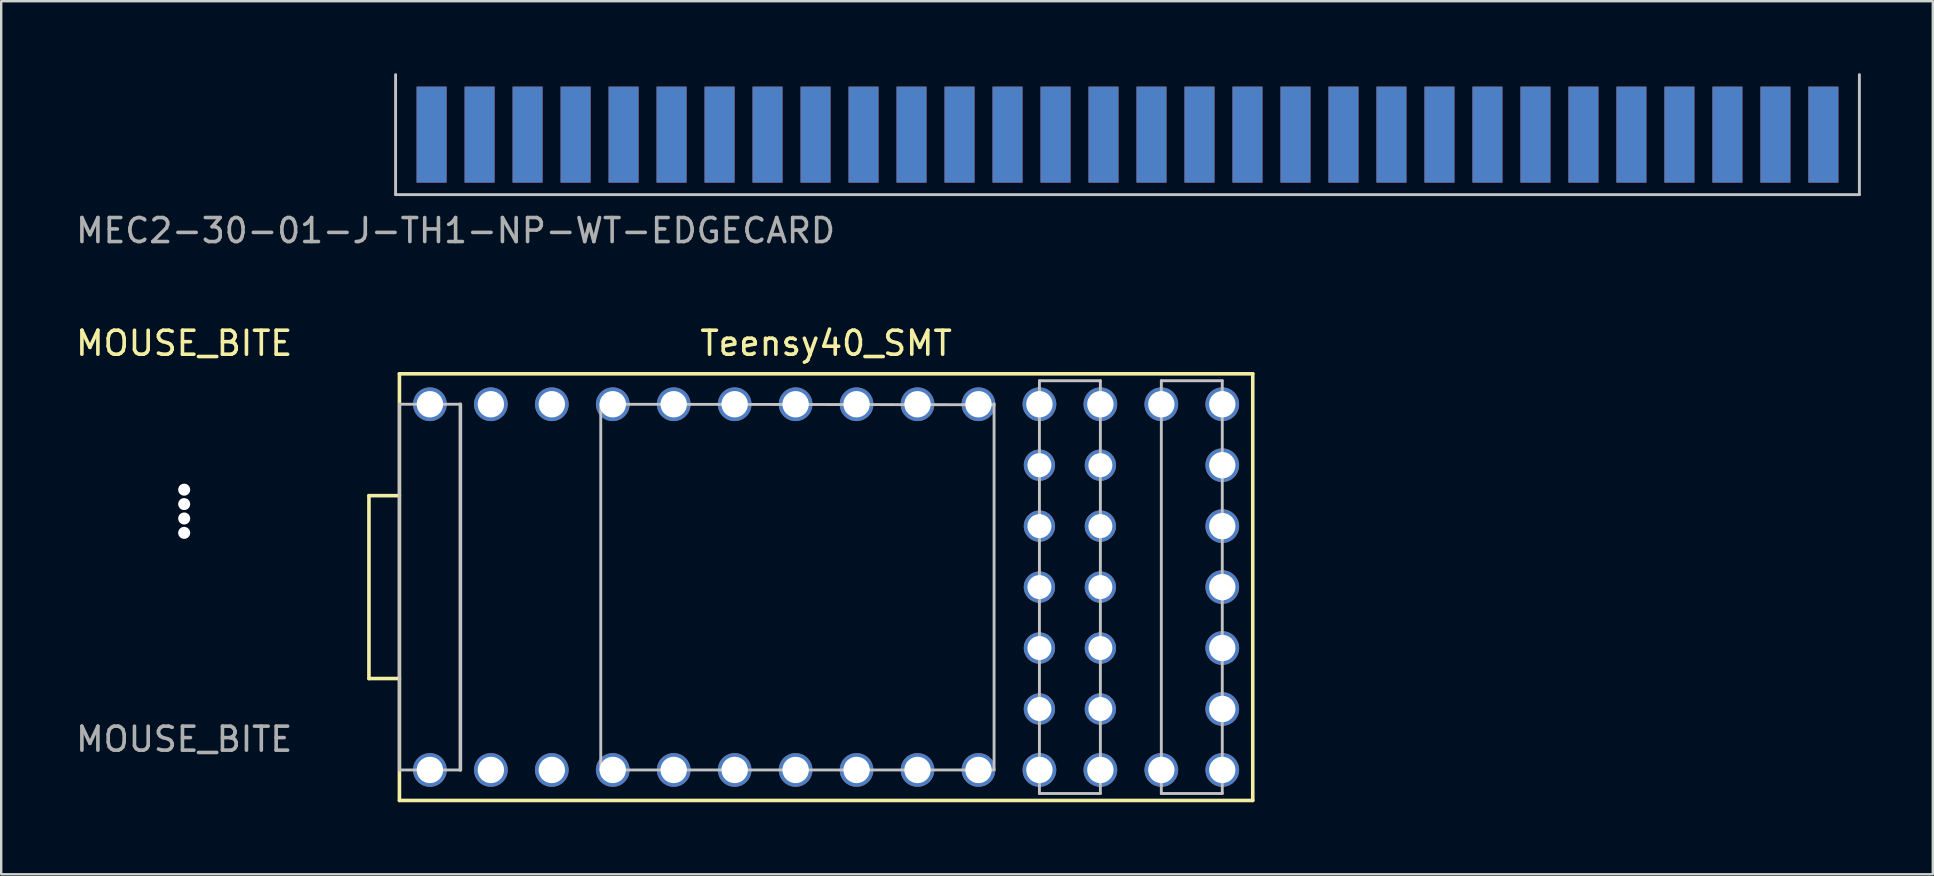
<source format=kicad_pcb>
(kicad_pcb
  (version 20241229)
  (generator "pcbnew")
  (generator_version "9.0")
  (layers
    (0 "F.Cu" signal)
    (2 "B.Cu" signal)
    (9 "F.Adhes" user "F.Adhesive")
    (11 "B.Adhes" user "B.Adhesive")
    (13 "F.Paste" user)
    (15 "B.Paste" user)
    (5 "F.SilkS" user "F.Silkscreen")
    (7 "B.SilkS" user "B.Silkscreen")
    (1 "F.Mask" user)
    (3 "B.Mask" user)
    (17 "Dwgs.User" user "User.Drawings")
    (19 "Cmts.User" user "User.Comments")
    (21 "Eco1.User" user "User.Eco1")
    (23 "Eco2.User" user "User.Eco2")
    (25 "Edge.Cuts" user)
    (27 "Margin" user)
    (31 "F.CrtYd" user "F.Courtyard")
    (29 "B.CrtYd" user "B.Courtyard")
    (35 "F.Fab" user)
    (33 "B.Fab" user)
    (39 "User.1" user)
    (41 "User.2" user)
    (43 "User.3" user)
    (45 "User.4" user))
  (footprint "Teensy40_SMT"
    (layer "F.Cu")
    (at 31.375 21.416)
    (property "Reference" "Teensy40_SMT" (at 0 -10.16 0) (layer "F.SilkS") (effects (font (size 1 1) (thickness 0.15))))
    (attr through_hole)
    (fp_line (start -19.05 -3.81) (end -19.05 3.81) (stroke (width 0.15) (type solid)) (layer "F.SilkS"))
    (fp_line (start -19.05 3.81) (end -17.78 3.81) (stroke (width 0.15) (type solid)) (layer "F.SilkS"))
    (fp_line (start -17.78 -8.89) (end -17.78 8.89) (stroke (width 0.15) (type solid)) (layer "F.SilkS"))
    (fp_line (start -17.78 -3.81) (end -19.05 -3.81) (stroke (width 0.15) (type solid)) (layer "F.SilkS"))
    (fp_line (start -17.78 8.89) (end 17.78 8.89) (stroke (width 0.15) (type solid)) (layer "F.SilkS"))
    (fp_line (start 17.78 -8.89) (end -17.78 -8.89) (stroke (width 0.15) (type solid)) (layer "F.SilkS"))
    (fp_line (start 17.78 8.89) (end 17.78 -8.89) (stroke (width 0.15) (type solid)) (layer "F.SilkS"))
    (fp_line (start -17.78 -7.62) (end -17.78 7.62) (stroke (width 0.12) (type solid)) (layer "Dwgs.User"))
    (fp_line (start -17.78 -7.62) (end -15.24 -7.62) (stroke (width 0.12) (type solid)) (layer "Dwgs.User"))
    (fp_line (start -17.78 7.62) (end -15.24 7.62) (stroke (width 0.12) (type solid)) (layer "Dwgs.User"))
    (fp_line (start -15.24 -7.62) (end -15.24 7.62) (stroke (width 0.15) (type solid)) (layer "Dwgs.User"))
    (fp_line (start -9.39 -7.62) (end -9.39 7.62) (stroke (width 0.12) (type solid)) (layer "Dwgs.User"))
    (fp_line (start -9.39 -7.62) (end 7 -7.6) (stroke (width 0.12) (type solid)) (layer "Dwgs.User"))
    (fp_line (start -9.39 7.62) (end 7 7.62) (stroke (width 0.12) (type solid)) (layer "Dwgs.User"))
    (fp_line (start 7 -7.64) (end 7 7.6) (stroke (width 0.12) (type solid)) (layer "Dwgs.User"))
    (fp_line (start 8.89 -8.6) (end 8.89 8.6) (stroke (width 0.12) (type solid)) (layer "Dwgs.User"))
    (fp_line (start 8.89 8.6) (end 11.43 8.6) (stroke (width 0.12) (type solid)) (layer "Dwgs.User"))
    (fp_line (start 11.43 -8.6) (end 8.89 -8.6) (stroke (width 0.12) (type solid)) (layer "Dwgs.User"))
    (fp_line (start 11.43 8.6) (end 11.43 -8.6) (stroke (width 0.12) (type solid)) (layer "Dwgs.User"))
    (fp_line (start 13.97 -8.6) (end 16.51 -8.6) (stroke (width 0.12) (type solid)) (layer "Dwgs.User"))
    (fp_line (start 13.97 8.6) (end 13.97 -8.6) (stroke (width 0.12) (type solid)) (layer "Dwgs.User"))
    (fp_line (start 16.51 -8.6) (end 16.51 8.6) (stroke (width 0.12) (type solid)) (layer "Dwgs.User"))
    (fp_line (start 16.51 8.6) (end 13.97 8.6) (stroke (width 0.12) (type solid)) (layer "Dwgs.User"))
    (pad "1" thru_hole circle (at -16.51 7.62) (size 1.404 1.404) (drill 1.1) (layers "*.Cu" "*.Mask"))
    (pad "2" thru_hole circle (at -13.97 7.62) (size 1.404 1.404) (drill 1.1) (layers "*.Cu" "*.Mask"))
    (pad "3" thru_hole circle (at -11.43 7.62) (size 1.404 1.404) (drill 1.1) (layers "*.Cu" "*.Mask"))
    (pad "4" thru_hole circle (at -8.89 7.62) (size 1.404 1.404) (drill 1.1) (layers "*.Cu" "*.Mask"))
    (pad "5" thru_hole circle (at -6.35 7.62) (size 1.404 1.404) (drill 1.1) (layers "*.Cu" "*.Mask"))
    (pad "6" thru_hole circle (at -3.81 7.62) (size 1.404 1.404) (drill 1.1) (layers "*.Cu" "*.Mask"))
    (pad "7" thru_hole circle (at -1.27 7.62) (size 1.404 1.404) (drill 1.1) (layers "*.Cu" "*.Mask"))
    (pad "8" thru_hole circle (at 1.27 7.62) (size 1.404 1.404) (drill 1.1) (layers "*.Cu" "*.Mask"))
    (pad "9" thru_hole circle (at 3.81 7.62) (size 1.404 1.404) (drill 1.1) (layers "*.Cu" "*.Mask"))
    (pad "10" thru_hole circle (at 6.35 7.62) (size 1.404 1.404) (drill 1.1) (layers "*.Cu" "*.Mask"))
    (pad "11" thru_hole circle (at 8.89 7.62) (size 1.404 1.404) (drill 1.1) (layers "*.Cu" "*.Mask"))
    (pad "12" thru_hole circle (at 11.43 7.62) (size 1.404 1.404) (drill 1.1) (layers "*.Cu" "*.Mask"))
    (pad "13" thru_hole circle (at 13.97 7.62) (size 1.404 1.404) (drill 1.1) (layers "*.Cu" "*.Mask"))
    (pad "14" thru_hole circle (at 16.51 7.62) (size 1.404 1.404) (drill 1.1) (layers "*.Cu" "*.Mask"))
    (pad "15" thru_hole circle (at 16.51 5.08) (size 1.404 1.404) (drill 1.1) (layers "*.Cu" "*.Mask"))
    (pad "16" thru_hole circle (at 16.51 2.54) (size 1.404 1.404) (drill 1.1) (layers "*.Cu" "*.Mask"))
    (pad "17" thru_hole circle (at 16.51 0) (size 1.404 1.404) (drill 1.1) (layers "*.Cu" "*.Mask"))
    (pad "18" thru_hole circle (at 16.51 -2.54) (size 1.404 1.404) (drill 1.1) (layers "*.Cu" "*.Mask"))
    (pad "19" thru_hole circle (at 16.51 -5.08) (size 1.404 1.404) (drill 1.1) (layers "*.Cu" "*.Mask"))
    (pad "20" thru_hole circle (at 16.51 -7.62) (size 1.404 1.404) (drill 1.1) (layers "*.Cu" "*.Mask"))
    (pad "21" thru_hole circle (at 13.97 -7.62) (size 1.404 1.404) (drill 1.1) (layers "*.Cu" "*.Mask"))
    (pad "22" thru_hole circle (at 11.43 -7.62) (size 1.404 1.404) (drill 1.1) (layers "*.Cu" "*.Mask"))
    (pad "23" thru_hole circle (at 8.89 -7.62) (size 1.404 1.404) (drill 1.1) (layers "*.Cu" "*.Mask"))
    (pad "24" thru_hole circle (at 6.35 -7.62) (size 1.404 1.404) (drill 1.1) (layers "*.Cu" "*.Mask"))
    (pad "25" thru_hole circle (at 3.81 -7.62) (size 1.404 1.404) (drill 1.1) (layers "*.Cu" "*.Mask"))
    (pad "26" thru_hole circle (at 1.27 -7.62) (size 1.404 1.404) (drill 1.1) (layers "*.Cu" "*.Mask"))
    (pad "27" thru_hole circle (at -1.27 -7.62) (size 1.404 1.404) (drill 1.1) (layers "*.Cu" "*.Mask"))
    (pad "28" thru_hole circle (at -3.81 -7.62) (size 1.404 1.404) (drill 1.1) (layers "*.Cu" "*.Mask"))
    (pad "29" thru_hole circle (at -6.35 -7.62) (size 1.404 1.404) (drill 1.1) (layers "*.Cu" "*.Mask"))
    (pad "30" thru_hole circle (at -8.89 -7.62) (size 1.404 1.404) (drill 1.1) (layers "*.Cu" "*.Mask"))
    (pad "31" thru_hole circle (at -11.43 -7.62) (size 1.404 1.404) (drill 1.1) (layers "*.Cu" "*.Mask"))
    (pad "32" thru_hole circle (at -13.97 -7.62) (size 1.404 1.404) (drill 1.1) (layers "*.Cu" "*.Mask"))
    (pad "33" thru_hole circle (at -16.51 -7.62) (size 1.404 1.404) (drill 1.1) (layers "*.Cu" "*.Mask"))
    (pad "35" thru_hole circle (at 11.43 -5.08) (size 1.304 1.304) (drill 1) (layers "*.Cu" "*.Mask"))
    (pad "36" thru_hole circle (at 8.89 -5.08) (size 1.304 1.304) (drill 1) (layers "*.Cu" "*.Mask"))
    (pad "37" thru_hole circle (at 11.43 -2.54) (size 1.304 1.304) (drill 1) (layers "*.Cu" "*.Mask"))
    (pad "38" thru_hole circle (at 8.89 -2.54) (size 1.304 1.304) (drill 1) (layers "*.Cu" "*.Mask"))
    (pad "39" thru_hole circle (at 11.43 0) (size 1.304 1.304) (drill 1) (layers "*.Cu" "*.Mask"))
    (pad "40" thru_hole circle (at 8.89 0) (size 1.304 1.304) (drill 1) (layers "*.Cu" "*.Mask"))
    (pad "41" thru_hole circle (at 11.43 2.54) (size 1.304 1.304) (drill 1) (layers "*.Cu" "*.Mask"))
    (pad "42" thru_hole circle (at 8.89 2.54) (size 1.304 1.304) (drill 1) (layers "*.Cu" "*.Mask"))
    (pad "43" thru_hole circle (at 11.43 5.08) (size 1.304 1.304) (drill 1) (layers "*.Cu" "*.Mask"))
    (pad "44" thru_hole circle (at 8.89 5.08) (size 1.304 1.304) (drill 1) (layers "*.Cu" "*.Mask")))
  (footprint "MOUSE_BITE"
    (layer "F.Cu")
    (at 4.625 18.256)
    (property "Reference" "MOUSE_BITE" (at 0 -7 0) (unlocked yes) (layer "F.SilkS") (effects (font (size 1 1) (thickness 0.15))))
    (attr through_hole)
    (fp_text user "${REFERENCE}" (at 0 9.5 0) (unlocked yes) (layer "F.Fab") (effects (font (size 1 1) (thickness 0.15))))
    (pad "" np_thru_hole circle (at 0 -0.9) (size 0.5 0.5) (drill 0.5) (layers "*.Cu" "*.Mask"))
    (pad "" np_thru_hole circle (at 0 -0.3) (size 0.5 0.5) (drill 0.5) (layers "*.Cu" "*.Mask"))
    (pad "" np_thru_hole circle (at 0 0.3) (size 0.5 0.5) (drill 0.5) (layers "*.Cu" "*.Mask"))
    (pad "" np_thru_hole circle (at 0 0.9) (size 0.5 0.5) (drill 0.5) (layers "*.Cu" "*.Mask")))
  (footprint "MEC2-30-01-J-TH1-NP-WT-EDGECARD"
    (layer "F.Cu")
    (at 13.435 5.06)
    (property "Reference" "MEC2-30-01-J-TH1-NP-WT-EDGECARD" (at 2.5 1.5 0) (unlocked yes) (layer "F.Fab") (effects (font (size 1 1) (thickness 0.15))))
    (fp_line (start 0 -5) (end 0 0) (stroke (width 0.12) (type solid)) (layer "Dwgs.User"))
    (fp_line (start 0 0) (end 61 0) (stroke (width 0.12) (type solid)) (layer "Dwgs.User"))
    (fp_line (start 61 0) (end 61 -5) (stroke (width 0.12) (type solid)) (layer "Dwgs.User"))
    (pad "01" smd rect (at 1.5 -2.5) (size 1.25 4) (layers "F.Cu"))
    (pad "02" smd rect (at 1.5 -2.5) (size 1.25 4) (layers "B.Cu"))
    (pad "03" smd rect (at 3.5 -2.5) (size 1.25 4) (layers "F.Cu"))
    (pad "04" smd rect (at 3.5 -2.5) (size 1.25 4) (layers "B.Cu"))
    (pad "05" smd rect (at 5.5 -2.5) (size 1.25 4) (layers "F.Cu"))
    (pad "06" smd rect (at 5.5 -2.5) (size 1.25 4) (layers "B.Cu"))
    (pad "07" smd rect (at 7.5 -2.5) (size 1.25 4) (layers "F.Cu"))
    (pad "08" smd rect (at 7.5 -2.5) (size 1.25 4) (layers "B.Cu"))
    (pad "09" smd rect (at 9.5 -2.5) (size 1.25 4) (layers "F.Cu"))
    (pad "10" smd rect (at 9.5 -2.5) (size 1.25 4) (layers "B.Cu"))
    (pad "11" smd rect (at 11.5 -2.5) (size 1.25 4) (layers "F.Cu"))
    (pad "12" smd rect (at 11.5 -2.5) (size 1.25 4) (layers "B.Cu"))
    (pad "13" smd rect (at 13.5 -2.5) (size 1.25 4) (layers "F.Cu"))
    (pad "14" smd rect (at 13.5 -2.5) (size 1.25 4) (layers "B.Cu"))
    (pad "15" smd rect (at 15.5 -2.5) (size 1.25 4) (layers "F.Cu"))
    (pad "16" smd rect (at 15.5 -2.5) (size 1.25 4) (layers "B.Cu"))
    (pad "17" smd rect (at 17.5 -2.5) (size 1.25 4) (layers "F.Cu"))
    (pad "18" smd rect (at 17.5 -2.5) (size 1.25 4) (layers "B.Cu"))
    (pad "19" smd rect (at 19.5 -2.5) (size 1.25 4) (layers "F.Cu"))
    (pad "20" smd rect (at 19.5 -2.5) (size 1.25 4) (layers "B.Cu"))
    (pad "21" smd rect (at 21.5 -2.5) (size 1.25 4) (layers "F.Cu"))
    (pad "22" smd rect (at 21.5 -2.5) (size 1.25 4) (layers "B.Cu"))
    (pad "23" smd rect (at 23.5 -2.5) (size 1.25 4) (layers "F.Cu"))
    (pad "24" smd rect (at 23.5 -2.5) (size 1.25 4) (layers "B.Cu"))
    (pad "25" smd rect (at 25.5 -2.5) (size 1.25 4) (layers "F.Cu"))
    (pad "26" smd rect (at 25.5 -2.5) (size 1.25 4) (layers "B.Cu"))
    (pad "27" smd rect (at 27.5 -2.5) (size 1.25 4) (layers "F.Cu"))
    (pad "28" smd rect (at 27.5 -2.5) (size 1.25 4) (layers "B.Cu"))
    (pad "29" smd rect (at 29.5 -2.5) (size 1.25 4) (layers "F.Cu"))
    (pad "30" smd rect (at 29.5 -2.5) (size 1.25 4) (layers "B.Cu"))
    (pad "31" smd rect (at 31.5 -2.5) (size 1.25 4) (layers "F.Cu"))
    (pad "32" smd rect (at 31.5 -2.5) (size 1.25 4) (layers "B.Cu"))
    (pad "33" smd rect (at 33.5 -2.5) (size 1.25 4) (layers "F.Cu"))
    (pad "34" smd rect (at 33.5 -2.5) (size 1.25 4) (layers "B.Cu"))
    (pad "35" smd rect (at 35.5 -2.5) (size 1.25 4) (layers "F.Cu"))
    (pad "36" smd rect (at 35.5 -2.5) (size 1.25 4) (layers "B.Cu"))
    (pad "37" smd rect (at 37.5 -2.5) (size 1.25 4) (layers "F.Cu"))
    (pad "38" smd rect (at 37.5 -2.5) (size 1.25 4) (layers "B.Cu"))
    (pad "39" smd rect (at 39.5 -2.5) (size 1.25 4) (layers "F.Cu"))
    (pad "40" smd rect (at 39.5 -2.5) (size 1.25 4) (layers "B.Cu"))
    (pad "41" smd rect (at 41.5 -2.5) (size 1.25 4) (layers "F.Cu"))
    (pad "42" smd rect (at 41.5 -2.5) (size 1.25 4) (layers "B.Cu"))
    (pad "43" smd rect (at 43.5 -2.5) (size 1.25 4) (layers "F.Cu"))
    (pad "44" smd rect (at 43.5 -2.5) (size 1.25 4) (layers "B.Cu"))
    (pad "45" smd rect (at 45.5 -2.5) (size 1.25 4) (layers "F.Cu"))
    (pad "46" smd rect (at 45.5 -2.5) (size 1.25 4) (layers "B.Cu"))
    (pad "47" smd rect (at 47.5 -2.5) (size 1.25 4) (layers "F.Cu"))
    (pad "48" smd rect (at 47.5 -2.5) (size 1.25 4) (layers "B.Cu"))
    (pad "49" smd rect (at 49.5 -2.5) (size 1.25 4) (layers "F.Cu"))
    (pad "50" smd rect (at 49.5 -2.5) (size 1.25 4) (layers "B.Cu"))
    (pad "51" smd rect (at 51.5 -2.5) (size 1.25 4) (layers "F.Cu"))
    (pad "52" smd rect (at 51.5 -2.5) (size 1.25 4) (layers "B.Cu"))
    (pad "53" smd rect (at 53.5 -2.5) (size 1.25 4) (layers "F.Cu"))
    (pad "54" smd rect (at 53.5 -2.5) (size 1.25 4) (layers "B.Cu"))
    (pad "55" smd rect (at 55.5 -2.5) (size 1.25 4) (layers "F.Cu"))
    (pad "56" smd rect (at 55.5 -2.5) (size 1.25 4) (layers "B.Cu"))
    (pad "57" smd rect (at 57.5 -2.5) (size 1.25 4) (layers "F.Cu"))
    (pad "58" smd rect (at 57.5 -2.5) (size 1.25 4) (layers "B.Cu"))
    (pad "59" smd rect (at 59.5 -2.5) (size 1.25 4) (layers "F.Cu"))
    (pad "60" smd rect (at 59.5 -2.5) (size 1.25 4) (layers "B.Cu"))
    (zone (net_name "") (layers "*.Mask") (hatch full 0.508) (connect_pads) (min_thickness 0.254) (filled_areas_thickness no) (keepout (tracks not_allowed) (vias not_allowed) (pads not_allowed) (copperpour not_allowed) (footprints allowed)) (placement (enabled no)) (fill) (polygon (pts (xy 74.435 5.06) (xy 13.435 5.06) (xy 13.435 0.56) (xy 74.435 0.56)))))
  (gr_rect
    (start -3 -3)
    (end 77.495 33.382)
    (stroke (width 0.1) (type default))
    (fill no)
    (layer "Edge.Cuts")))
</source>
